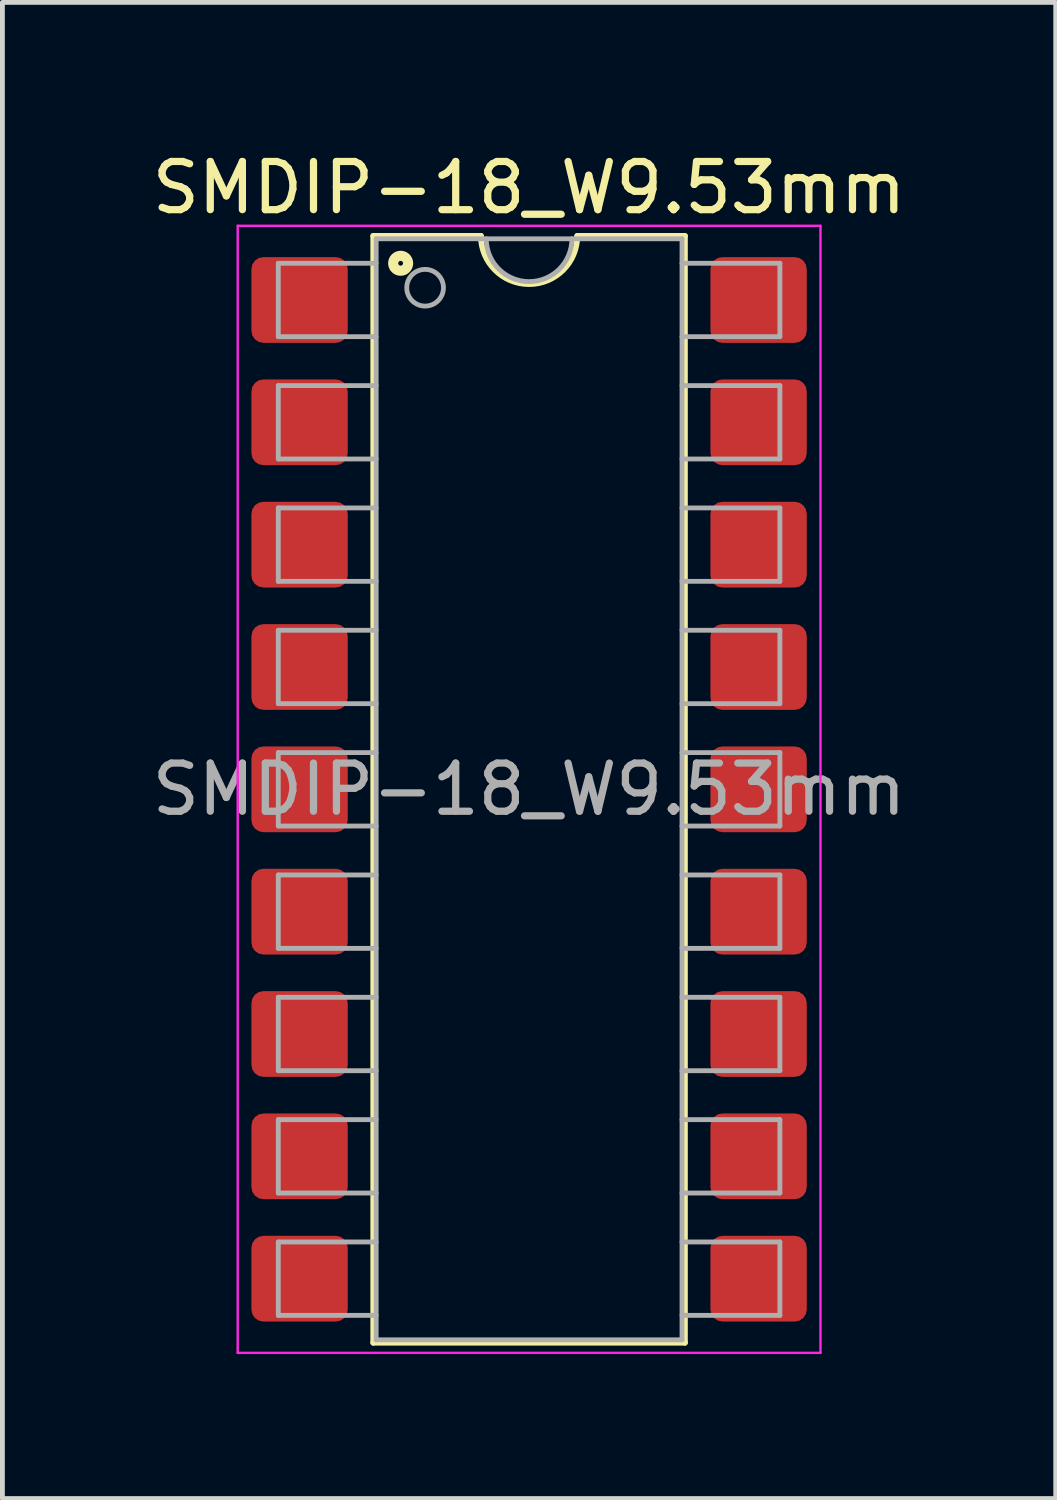
<source format=kicad_pcb>
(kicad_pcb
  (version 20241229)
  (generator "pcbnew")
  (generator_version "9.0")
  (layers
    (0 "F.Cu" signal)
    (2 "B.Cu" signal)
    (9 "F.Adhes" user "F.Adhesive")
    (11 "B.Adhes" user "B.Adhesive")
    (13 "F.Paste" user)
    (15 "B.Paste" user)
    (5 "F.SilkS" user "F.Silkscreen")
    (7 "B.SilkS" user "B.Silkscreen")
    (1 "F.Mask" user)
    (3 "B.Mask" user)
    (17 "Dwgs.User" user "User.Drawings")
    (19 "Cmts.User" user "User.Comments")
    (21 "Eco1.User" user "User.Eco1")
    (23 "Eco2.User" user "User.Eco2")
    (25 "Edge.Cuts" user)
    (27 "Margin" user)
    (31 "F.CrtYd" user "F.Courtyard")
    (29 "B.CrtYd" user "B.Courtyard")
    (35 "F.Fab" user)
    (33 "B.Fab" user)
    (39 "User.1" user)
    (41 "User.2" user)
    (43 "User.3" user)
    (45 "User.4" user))
  (footprint "SMDIP-18_W9.53mm"
    (layer "F.Cu")
    (at 7.935 13.338)
    (property "Reference" "SMDIP-18_W9.53mm" (at 0 -12.49 0) (layer "F.SilkS") (effects (font (size 1 1) (thickness 0.15))))
    (attr smd)
    (fp_line (start -3.235 -11.49) (end -3.235 11.49) (stroke (width 0.12) (type solid)) (layer "F.SilkS"))
    (fp_line (start -3.235 11.49) (end 3.235 11.49) (stroke (width 0.12) (type solid)) (layer "F.SilkS"))
    (fp_line (start -1 -11.49) (end -3.235 -11.49) (stroke (width 0.12) (type solid)) (layer "F.SilkS"))
    (fp_line (start 3.235 -11.49) (end 1 -11.49) (stroke (width 0.12) (type solid)) (layer "F.SilkS"))
    (fp_line (start 3.235 11.49) (end 3.235 -11.49) (stroke (width 0.12) (type solid)) (layer "F.SilkS"))
    (fp_arc (start 1 -11.49) (mid 0 -10.49) (end -1 -11.49) (stroke (width 0.12) (type solid)) (layer "F.SilkS"))
    (fp_circle (center -2.667 -10.922) (end -2.617 -10.922) (stroke (width 0.12) (type solid)) (fill no) (layer "F.SilkS"))
    (fp_circle (center -2.667 -10.922) (end -2.542 -10.922) (stroke (width 0.12) (type solid)) (fill no) (layer "F.SilkS"))
    (fp_circle (center -2.667 -10.922) (end -2.467 -10.922) (stroke (width 0.12) (type solid)) (fill no) (layer "F.SilkS"))
    (fp_line (start -6.05 -11.7) (end -6.05 11.7) (stroke (width 0.05) (type solid)) (layer "F.CrtYd"))
    (fp_line (start -6.05 11.7) (end 6.05 11.7) (stroke (width 0.05) (type solid)) (layer "F.CrtYd"))
    (fp_line (start 6.05 -11.7) (end -6.05 -11.7) (stroke (width 0.05) (type solid)) (layer "F.CrtYd"))
    (fp_line (start 6.05 11.7) (end 6.05 -11.7) (stroke (width 0.05) (type solid)) (layer "F.CrtYd"))
    (fp_line (start -5.207 -10.922) (end -5.207 -9.398) (stroke (width 0.1) (type solid)) (layer "F.Fab"))
    (fp_line (start -5.207 -10.922) (end -3.175 -10.922) (stroke (width 0.1) (type solid)) (layer "F.Fab"))
    (fp_line (start -5.207 -9.398) (end -3.175 -9.398) (stroke (width 0.1) (type solid)) (layer "F.Fab"))
    (fp_line (start -5.207 -8.382) (end -5.207 -6.858) (stroke (width 0.1) (type solid)) (layer "F.Fab"))
    (fp_line (start -5.207 -8.382) (end -3.175 -8.382) (stroke (width 0.1) (type solid)) (layer "F.Fab"))
    (fp_line (start -5.207 -6.858) (end -3.175 -6.858) (stroke (width 0.1) (type solid)) (layer "F.Fab"))
    (fp_line (start -5.207 -5.842) (end -5.207 -4.318) (stroke (width 0.1) (type solid)) (layer "F.Fab"))
    (fp_line (start -5.207 -5.842) (end -3.175 -5.842) (stroke (width 0.1) (type solid)) (layer "F.Fab"))
    (fp_line (start -5.207 -4.318) (end -3.175 -4.318) (stroke (width 0.1) (type solid)) (layer "F.Fab"))
    (fp_line (start -5.207 -3.302) (end -5.207 -1.778) (stroke (width 0.1) (type solid)) (layer "F.Fab"))
    (fp_line (start -5.207 -3.302) (end -3.175 -3.302) (stroke (width 0.1) (type solid)) (layer "F.Fab"))
    (fp_line (start -5.207 -1.778) (end -3.175 -1.778) (stroke (width 0.1) (type solid)) (layer "F.Fab"))
    (fp_line (start -5.207 -0.762) (end -5.207 0.762) (stroke (width 0.1) (type solid)) (layer "F.Fab"))
    (fp_line (start -5.207 -0.762) (end -3.175 -0.762) (stroke (width 0.1) (type solid)) (layer "F.Fab"))
    (fp_line (start -5.207 0.762) (end -3.175 0.762) (stroke (width 0.1) (type solid)) (layer "F.Fab"))
    (fp_line (start -5.207 1.778) (end -5.207 3.302) (stroke (width 0.1) (type solid)) (layer "F.Fab"))
    (fp_line (start -5.207 1.778) (end -3.175 1.778) (stroke (width 0.1) (type solid)) (layer "F.Fab"))
    (fp_line (start -5.207 3.302) (end -3.175 3.302) (stroke (width 0.1) (type solid)) (layer "F.Fab"))
    (fp_line (start -5.207 4.318) (end -5.207 5.842) (stroke (width 0.1) (type solid)) (layer "F.Fab"))
    (fp_line (start -5.207 4.318) (end -3.175 4.318) (stroke (width 0.1) (type solid)) (layer "F.Fab"))
    (fp_line (start -5.207 5.842) (end -3.175 5.842) (stroke (width 0.1) (type solid)) (layer "F.Fab"))
    (fp_line (start -5.207 6.858) (end -5.207 8.382) (stroke (width 0.1) (type solid)) (layer "F.Fab"))
    (fp_line (start -5.207 6.858) (end -3.175 6.858) (stroke (width 0.1) (type solid)) (layer "F.Fab"))
    (fp_line (start -5.207 8.382) (end -3.175 8.382) (stroke (width 0.1) (type solid)) (layer "F.Fab"))
    (fp_line (start -5.207 9.398) (end -5.207 10.922) (stroke (width 0.1) (type solid)) (layer "F.Fab"))
    (fp_line (start -5.207 9.398) (end -3.175 9.398) (stroke (width 0.1) (type solid)) (layer "F.Fab"))
    (fp_line (start -5.207 10.922) (end -3.175 10.922) (stroke (width 0.1) (type solid)) (layer "F.Fab"))
    (fp_line (start -3.175 -11.43) (end 3.175 -11.43) (stroke (width 0.1) (type solid)) (layer "F.Fab"))
    (fp_line (start -3.175 11.43) (end -3.175 -11.43) (stroke (width 0.1) (type solid)) (layer "F.Fab"))
    (fp_line (start 3.175 -11.43) (end 3.175 11.43) (stroke (width 0.1) (type solid)) (layer "F.Fab"))
    (fp_line (start 3.175 11.43) (end -3.175 11.43) (stroke (width 0.1) (type solid)) (layer "F.Fab"))
    (fp_line (start 5.207 -10.922) (end 3.175 -10.922) (stroke (width 0.1) (type solid)) (layer "F.Fab"))
    (fp_line (start 5.207 -9.398) (end 3.175 -9.398) (stroke (width 0.1) (type solid)) (layer "F.Fab"))
    (fp_line (start 5.207 -9.398) (end 5.207 -10.922) (stroke (width 0.1) (type solid)) (layer "F.Fab"))
    (fp_line (start 5.207 -8.382) (end 3.175 -8.382) (stroke (width 0.1) (type solid)) (layer "F.Fab"))
    (fp_line (start 5.207 -6.858) (end 3.175 -6.858) (stroke (width 0.1) (type solid)) (layer "F.Fab"))
    (fp_line (start 5.207 -6.858) (end 5.207 -8.382) (stroke (width 0.1) (type solid)) (layer "F.Fab"))
    (fp_line (start 5.207 -5.842) (end 3.175 -5.842) (stroke (width 0.1) (type solid)) (layer "F.Fab"))
    (fp_line (start 5.207 -4.318) (end 3.175 -4.318) (stroke (width 0.1) (type solid)) (layer "F.Fab"))
    (fp_line (start 5.207 -4.318) (end 5.207 -5.842) (stroke (width 0.1) (type solid)) (layer "F.Fab"))
    (fp_line (start 5.207 -3.302) (end 3.175 -3.302) (stroke (width 0.1) (type solid)) (layer "F.Fab"))
    (fp_line (start 5.207 -1.778) (end 3.175 -1.778) (stroke (width 0.1) (type solid)) (layer "F.Fab"))
    (fp_line (start 5.207 -1.778) (end 5.207 -3.302) (stroke (width 0.1) (type solid)) (layer "F.Fab"))
    (fp_line (start 5.207 -0.762) (end 3.175 -0.762) (stroke (width 0.1) (type solid)) (layer "F.Fab"))
    (fp_line (start 5.207 0.762) (end 3.175 0.762) (stroke (width 0.1) (type solid)) (layer "F.Fab"))
    (fp_line (start 5.207 0.762) (end 5.207 -0.762) (stroke (width 0.1) (type solid)) (layer "F.Fab"))
    (fp_line (start 5.207 1.778) (end 3.175 1.778) (stroke (width 0.1) (type solid)) (layer "F.Fab"))
    (fp_line (start 5.207 3.302) (end 3.175 3.302) (stroke (width 0.1) (type solid)) (layer "F.Fab"))
    (fp_line (start 5.207 3.302) (end 5.207 1.778) (stroke (width 0.1) (type solid)) (layer "F.Fab"))
    (fp_line (start 5.207 4.318) (end 3.175 4.318) (stroke (width 0.1) (type solid)) (layer "F.Fab"))
    (fp_line (start 5.207 5.842) (end 3.175 5.842) (stroke (width 0.1) (type solid)) (layer "F.Fab"))
    (fp_line (start 5.207 5.842) (end 5.207 4.318) (stroke (width 0.1) (type solid)) (layer "F.Fab"))
    (fp_line (start 5.207 6.858) (end 3.175 6.858) (stroke (width 0.1) (type solid)) (layer "F.Fab"))
    (fp_line (start 5.207 8.382) (end 3.175 8.382) (stroke (width 0.1) (type solid)) (layer "F.Fab"))
    (fp_line (start 5.207 8.382) (end 5.207 6.858) (stroke (width 0.1) (type solid)) (layer "F.Fab"))
    (fp_line (start 5.207 9.398) (end 3.175 9.398) (stroke (width 0.1) (type solid)) (layer "F.Fab"))
    (fp_line (start 5.207 10.922) (end 3.175 10.922) (stroke (width 0.1) (type solid)) (layer "F.Fab"))
    (fp_line (start 5.207 10.922) (end 5.207 9.398) (stroke (width 0.1) (type solid)) (layer "F.Fab"))
    (fp_arc (start 0.889 -11.43) (mid 0 -10.541) (end -0.889 -11.43) (stroke (width 0.1) (type solid)) (layer "F.Fab"))
    (fp_circle (center -2.159 -10.414) (end -1.778 -10.414) (stroke (width 0.1) (type solid)) (fill no) (layer "F.Fab"))
    (fp_text user "${REFERENCE}" (at 0 0 0) (layer "F.Fab") (effects (font (size 1 1) (thickness 0.15))))
    (pad "1" smd roundrect (at -4.765 -10.16) (size 2 1.78) (layers "F.Cu" "F.Mask" "F.Paste") (roundrect_rratio 0.14))
    (pad "2" smd roundrect (at -4.765 -7.62) (size 2 1.78) (layers "F.Cu" "F.Mask" "F.Paste") (roundrect_rratio 0.14))
    (pad "3" smd roundrect (at -4.765 -5.08) (size 2 1.78) (layers "F.Cu" "F.Mask" "F.Paste") (roundrect_rratio 0.14))
    (pad "4" smd roundrect (at -4.765 -2.54) (size 2 1.78) (layers "F.Cu" "F.Mask" "F.Paste") (roundrect_rratio 0.14))
    (pad "5" smd roundrect (at -4.765 0) (size 2 1.78) (layers "F.Cu" "F.Mask" "F.Paste") (roundrect_rratio 0.14))
    (pad "6" smd roundrect (at -4.765 2.54) (size 2 1.78) (layers "F.Cu" "F.Mask" "F.Paste") (roundrect_rratio 0.14))
    (pad "7" smd roundrect (at -4.765 5.08) (size 2 1.78) (layers "F.Cu" "F.Mask" "F.Paste") (roundrect_rratio 0.14))
    (pad "8" smd roundrect (at -4.765 7.62) (size 2 1.78) (layers "F.Cu" "F.Mask" "F.Paste") (roundrect_rratio 0.14))
    (pad "9" smd roundrect (at -4.765 10.16) (size 2 1.78) (layers "F.Cu" "F.Mask" "F.Paste") (roundrect_rratio 0.14))
    (pad "10" smd roundrect (at 4.765 10.16) (size 2 1.78) (layers "F.Cu" "F.Mask" "F.Paste") (roundrect_rratio 0.14))
    (pad "11" smd roundrect (at 4.765 7.62) (size 2 1.78) (layers "F.Cu" "F.Mask" "F.Paste") (roundrect_rratio 0.14))
    (pad "12" smd roundrect (at 4.765 5.08) (size 2 1.78) (layers "F.Cu" "F.Mask" "F.Paste") (roundrect_rratio 0.14))
    (pad "13" smd roundrect (at 4.765 2.54) (size 2 1.78) (layers "F.Cu" "F.Mask" "F.Paste") (roundrect_rratio 0.14))
    (pad "14" smd roundrect (at 4.765 0) (size 2 1.78) (layers "F.Cu" "F.Mask" "F.Paste") (roundrect_rratio 0.14))
    (pad "15" smd roundrect (at 4.765 -2.54) (size 2 1.78) (layers "F.Cu" "F.Mask" "F.Paste") (roundrect_rratio 0.14))
    (pad "16" smd roundrect (at 4.765 -5.08) (size 2 1.78) (layers "F.Cu" "F.Mask" "F.Paste") (roundrect_rratio 0.14))
    (pad "17" smd roundrect (at 4.765 -7.62) (size 2 1.78) (layers "F.Cu" "F.Mask" "F.Paste") (roundrect_rratio 0.14))
    (pad "18" smd roundrect (at 4.765 -10.16) (size 2 1.78) (layers "F.Cu" "F.Mask" "F.Paste") (roundrect_rratio 0.14)))
  (gr_rect
    (start -3 -3)
    (end 18.869 28.063)
    (stroke (width 0.1) (type default))
    (fill no)
    (layer "Edge.Cuts")))
</source>
